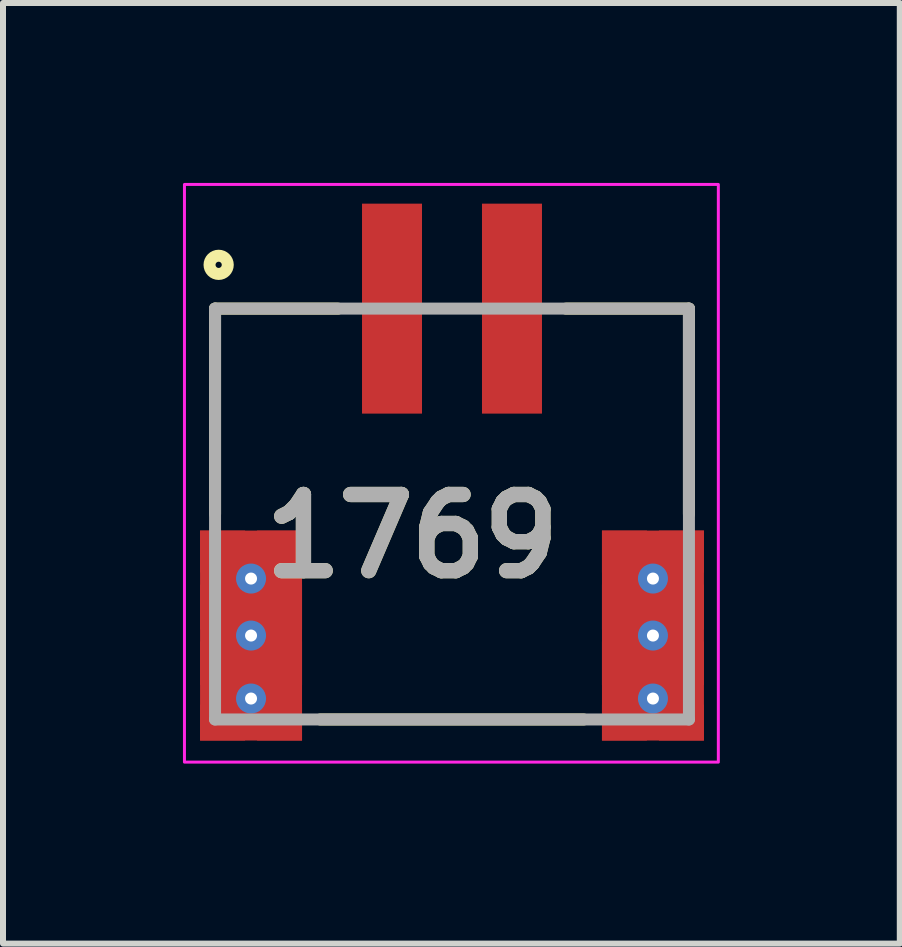
<source format=kicad_pcb>
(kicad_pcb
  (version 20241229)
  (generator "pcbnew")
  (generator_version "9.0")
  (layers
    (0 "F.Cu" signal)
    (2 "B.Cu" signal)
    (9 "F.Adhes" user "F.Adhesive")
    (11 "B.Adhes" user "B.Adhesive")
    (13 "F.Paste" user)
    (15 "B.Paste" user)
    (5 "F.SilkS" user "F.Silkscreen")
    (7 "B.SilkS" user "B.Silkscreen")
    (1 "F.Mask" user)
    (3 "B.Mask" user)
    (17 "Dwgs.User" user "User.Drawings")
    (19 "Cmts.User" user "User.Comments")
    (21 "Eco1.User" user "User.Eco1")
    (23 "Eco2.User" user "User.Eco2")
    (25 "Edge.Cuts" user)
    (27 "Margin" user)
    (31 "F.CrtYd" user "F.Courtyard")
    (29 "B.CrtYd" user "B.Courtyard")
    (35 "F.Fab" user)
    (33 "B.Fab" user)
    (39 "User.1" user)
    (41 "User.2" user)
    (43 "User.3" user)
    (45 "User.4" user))
  (footprint "1769"
    (layer "F.Cu")
    (at 4.485 2.095)
    (property "Reference" "1769" (at -0.662 3.794 0) (layer "F.SilkS") (effects (font (size 1.27 1.27) (thickness 0.254))))
    (attr smd)
    (fp_line (start -3.95 0) (end -3.95 3.425) (stroke (width 0.2) (type solid)) (layer "F.SilkS"))
    (fp_line (start -3.95 0) (end -1.9 0) (stroke (width 0.2) (type solid)) (layer "F.SilkS"))
    (fp_line (start -2.196 6.849) (end 2.196 6.849) (stroke (width 0.2) (type solid)) (layer "F.SilkS"))
    (fp_line (start 3.95 0) (end 1.9 0) (stroke (width 0.2) (type solid)) (layer "F.SilkS"))
    (fp_line (start 3.95 0) (end 3.95 3.425) (stroke (width 0.2) (type solid)) (layer "F.SilkS"))
    (fp_circle (center -3.89 -0.73) (end -3.89 -0.678) (stroke (width 0.2) (type solid)) (fill no) (layer "F.SilkS"))
    (fp_rect (start 4.44 7.56) (end -4.46 -2.07) (stroke (width 0.05) (type solid)) (fill no) (layer "F.CrtYd"))
    (fp_line (start -3.95 0) (end 3.95 0) (stroke (width 0.2) (type solid)) (layer "F.Fab"))
    (fp_line (start -3.95 6.849) (end -3.95 0) (stroke (width 0.2) (type solid)) (layer "F.Fab"))
    (fp_line (start 3.95 0) (end 3.95 6.849) (stroke (width 0.2) (type solid)) (layer "F.Fab"))
    (fp_line (start 3.95 6.849) (end -3.95 6.849) (stroke (width 0.2) (type solid)) (layer "F.Fab"))
    (fp_text user "${REFERENCE}" (at -0.662 3.794 0) (layer "F.Fab") (effects (font (size 1.27 1.27) (thickness 0.254))))
    (pad "1" smd rect (at -1 0) (size 1 3.5) (layers "F.Cu" "F.Mask" "F.Paste"))
    (pad "2" smd rect (at 1 0) (size 1 3.5) (layers "F.Cu" "F.Mask" "F.Paste"))
    (pad "3" smd rect (at -3.825 4.05) (size 0.75 0.7) (layers "F.Cu" "F.Paste"))
    (pad "3" smd rect (at -3.825 4.975) (size 0.75 0.75) (layers "F.Cu" "F.Paste"))
    (pad "3" smd rect (at -3.825 5.912) (size 0.75 0.725) (layers "F.Cu" "F.Paste"))
    (pad "3" smd rect (at -3.825 6.9) (size 0.75 0.6) (layers "F.Cu" "F.Paste"))
    (pad "3" thru_hole circle (at -3.35 4.5) (size 0.5 0.5) (drill 0.2) (property pad_prop_heatsink) (layers "*.Cu" "F.Mask"))
    (pad "3" thru_hole circle (at -3.35 5.45) (size 0.5 0.5) (drill 0.2) (property pad_prop_heatsink) (layers "*.Cu" "F.Mask"))
    (pad "3" smd rect (at -3.35 5.45) (size 1.7 3.5) (layers "F.Cu" "F.Mask"))
    (pad "3" thru_hole circle (at -3.35 6.5) (size 0.5 0.5) (drill 0.2) (property pad_prop_heatsink) (layers "*.Cu" "F.Mask"))
    (pad "3" smd rect (at -2.875 4.05) (size 0.75 0.7) (layers "F.Cu" "F.Paste"))
    (pad "3" smd rect (at -2.875 4.975) (size 0.75 0.75) (layers "F.Cu" "F.Paste"))
    (pad "3" smd rect (at -2.875 5.912) (size 0.75 0.725) (layers "F.Cu" "F.Paste"))
    (pad "3" smd rect (at -2.875 6.9) (size 0.75 0.6) (layers "F.Cu" "F.Paste"))
    (pad "3" smd rect (at 2.875 4.05) (size 0.75 0.7) (layers "F.Cu" "F.Paste"))
    (pad "3" smd rect (at 2.875 4.975) (size 0.75 0.75) (layers "F.Cu" "F.Paste"))
    (pad "3" smd rect (at 2.875 5.912) (size 0.75 0.725) (layers "F.Cu" "F.Paste"))
    (pad "3" smd rect (at 2.875 6.9) (size 0.75 0.6) (layers "F.Cu" "F.Paste"))
    (pad "3" thru_hole circle (at 3.35 4.5) (size 0.5 0.5) (drill 0.2) (property pad_prop_heatsink) (layers "*.Cu" "F.Mask"))
    (pad "3" thru_hole circle (at 3.35 5.45) (size 0.5 0.5) (drill 0.2) (property pad_prop_heatsink) (layers "*.Cu" "F.Mask"))
    (pad "3" smd rect (at 3.35 5.45) (size 1.7 3.5) (layers "F.Cu" "F.Mask"))
    (pad "3" thru_hole circle (at 3.35 6.5) (size 0.5 0.5) (drill 0.2) (property pad_prop_heatsink) (layers "*.Cu" "F.Mask"))
    (pad "3" smd rect (at 3.825 4.05) (size 0.75 0.7) (layers "F.Cu" "F.Paste"))
    (pad "3" smd rect (at 3.825 4.975) (size 0.75 0.75) (layers "F.Cu" "F.Paste"))
    (pad "3" smd rect (at 3.825 5.912) (size 0.75 0.725) (layers "F.Cu" "F.Paste"))
    (pad "3" smd rect (at 3.825 6.9) (size 0.75 0.6) (layers "F.Cu" "F.Paste")))
  (gr_rect
    (start -3 -3)
    (end 11.95 12.68)
    (stroke (width 0.1) (type default))
    (fill no)
    (layer "Edge.Cuts")))
</source>
